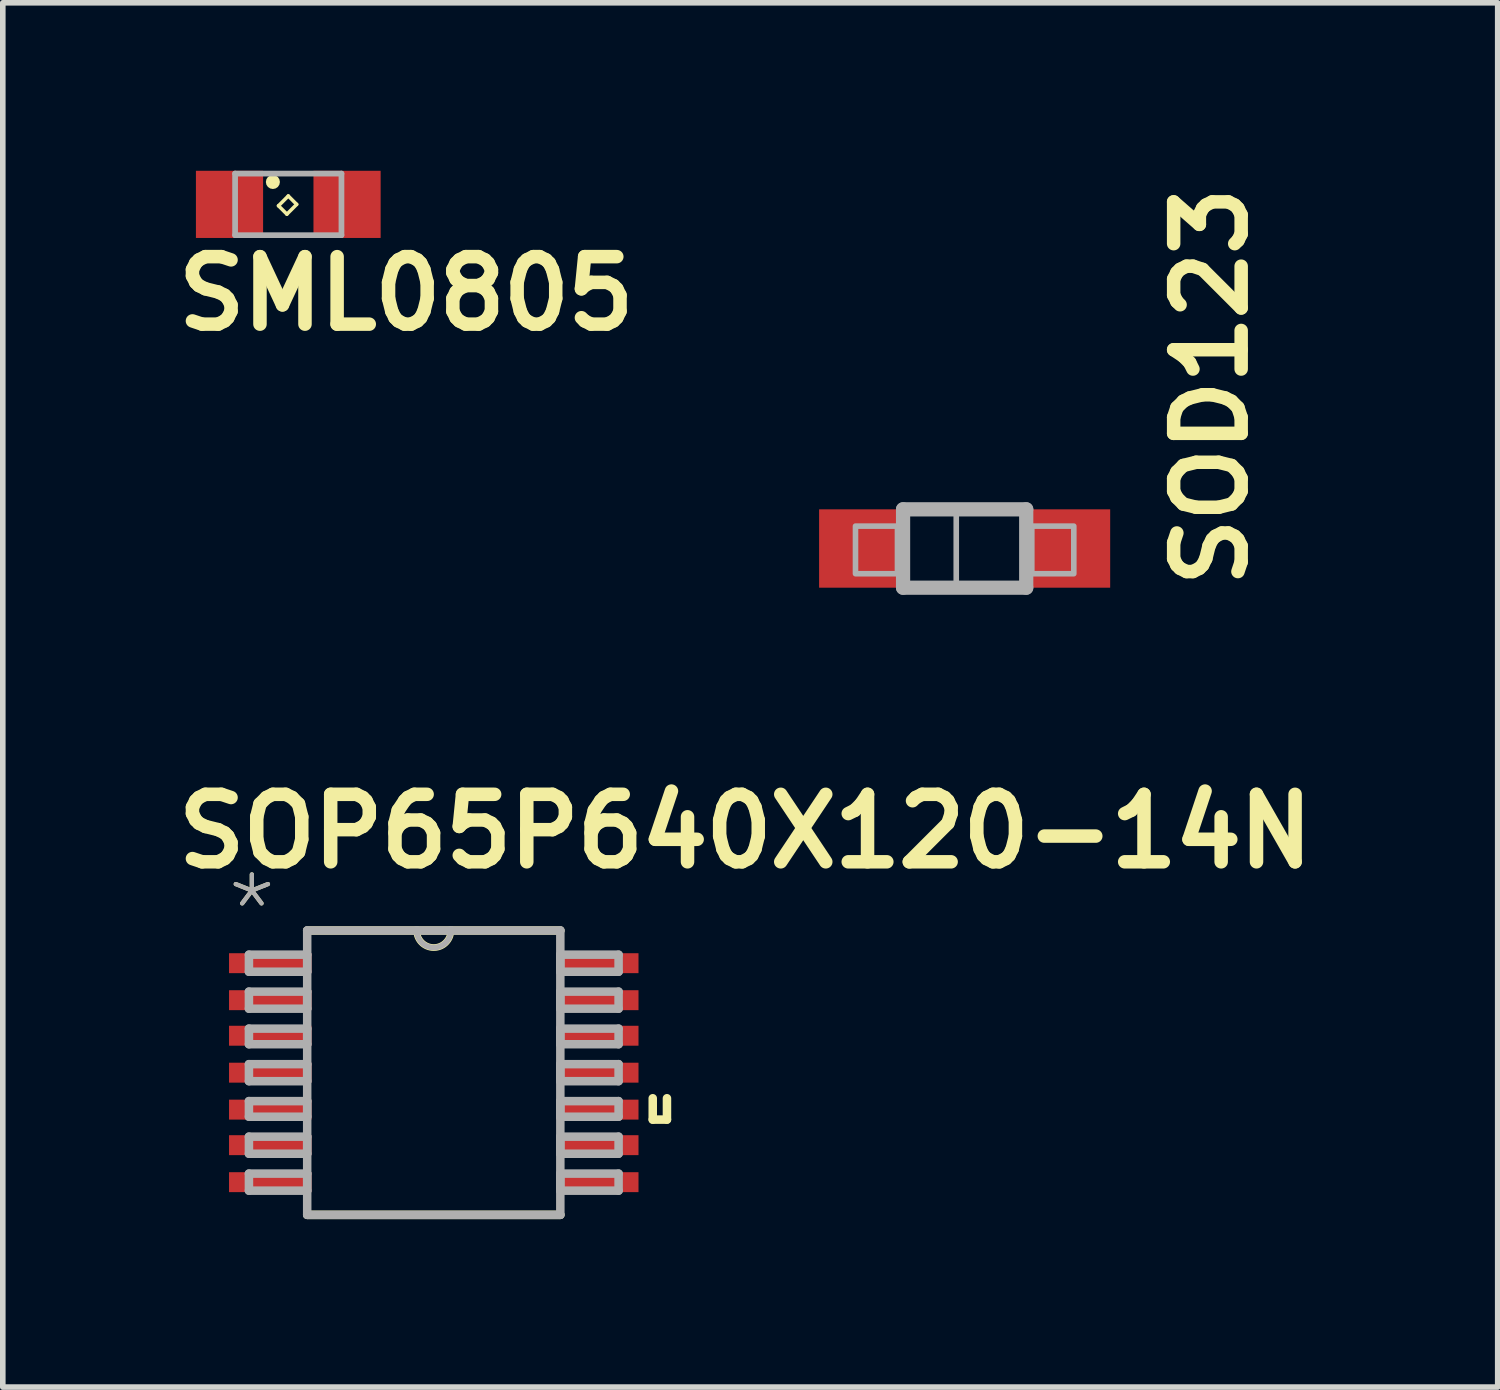
<source format=kicad_pcb>
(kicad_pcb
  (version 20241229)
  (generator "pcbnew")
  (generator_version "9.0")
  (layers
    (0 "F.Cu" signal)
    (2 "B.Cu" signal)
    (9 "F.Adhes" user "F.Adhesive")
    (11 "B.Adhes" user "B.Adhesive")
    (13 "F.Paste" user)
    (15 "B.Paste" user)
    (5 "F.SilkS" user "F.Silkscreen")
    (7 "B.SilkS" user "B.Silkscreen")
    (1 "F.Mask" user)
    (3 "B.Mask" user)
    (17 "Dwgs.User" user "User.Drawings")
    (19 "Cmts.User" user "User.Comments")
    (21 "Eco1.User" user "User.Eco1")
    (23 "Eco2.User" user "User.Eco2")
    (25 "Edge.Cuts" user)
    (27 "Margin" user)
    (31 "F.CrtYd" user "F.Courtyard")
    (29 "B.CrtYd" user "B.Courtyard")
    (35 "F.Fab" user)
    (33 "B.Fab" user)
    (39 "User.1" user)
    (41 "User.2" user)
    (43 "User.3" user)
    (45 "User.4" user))
  (footprint "SML0805"
    (layer "F.Cu")
    (at 2.1 0.601)
    (property "Reference" "SML0805" (at -2.1 2.3 180) (layer "F.SilkS") (effects (font (size 1.206 1.206) (thickness 0.241)) (justify left bottom)))
    (attr through_hole)
    (fp_line (start -0.175 0.025) (end 0 -0.15) (stroke (width 0.063) (type solid)) (layer "F.SilkS"))
    (fp_line (start -0.025 0.175) (end -0.175 0.025) (stroke (width 0.063) (type solid)) (layer "F.SilkS"))
    (fp_line (start 0 -0.15) (end 0.15 0) (stroke (width 0.063) (type solid)) (layer "F.SilkS"))
    (fp_line (start 0.15 0) (end -0.025 0.175) (stroke (width 0.063) (type solid)) (layer "F.SilkS"))
    (fp_circle (center -0.275 -0.4) (end -0.212 -0.4) (stroke (width 0.125) (type solid)) (fill no) (layer "F.SilkS"))
    (fp_line (start -0.95 -0.55) (end -0.95 0.55) (stroke (width 0.102) (type solid)) (layer "F.Fab"))
    (fp_line (start -0.95 0.55) (end 0.95 0.55) (stroke (width 0.102) (type solid)) (layer "F.Fab"))
    (fp_line (start 0.95 -0.55) (end -0.95 -0.55) (stroke (width 0.102) (type solid)) (layer "F.Fab"))
    (fp_line (start 0.95 0.55) (end 0.95 -0.55) (stroke (width 0.102) (type solid)) (layer "F.Fab"))
    (pad "A" smd rect (at 1.05 0) (size 1.2 1.2) (layers "F.Cu" "F.Mask" "F.Paste"))
    (pad "C" smd rect (at -1.05 0) (size 1.2 1.2) (layers "F.Cu" "F.Mask" "F.Paste")))
  (footprint "SOD123"
    (layer "F.Cu")
    (at 14.183 6.749)
    (property "Reference" "SOD123" (at 5.1 0.8 90) (layer "F.SilkS") (effects (font (size 1.206 1.206) (thickness 0.241)) (justify left bottom)))
    (attr through_hole)
    (fp_line (start -1.1 -0.7) (end 1.1 -0.7) (stroke (width 0.254) (type solid)) (layer "F.Fab"))
    (fp_line (start -1.1 0.7) (end -1.1 -0.7) (stroke (width 0.254) (type solid)) (layer "F.Fab"))
    (fp_line (start 1.1 -0.7) (end 1.1 0.7) (stroke (width 0.254) (type solid)) (layer "F.Fab"))
    (fp_line (start 1.1 0.7) (end -1.1 0.7) (stroke (width 0.254) (type solid)) (layer "F.Fab"))
    (fp_poly (pts (xy -1.95 0.45) (xy -1.2 0.45) (xy -1.2 -0.4) (xy -1.95 -0.4)) (stroke (width 0.1) (type solid)) (fill no) (layer "F.Fab"))
    (fp_poly (pts (xy -1.05 0.65) (xy -0.15 0.65) (xy -0.15 -0.7) (xy -1.05 -0.7)) (stroke (width 0.1) (type solid)) (fill no) (layer "F.Fab"))
    (fp_poly (pts (xy 1.2 0.45) (xy 1.95 0.45) (xy 1.95 -0.4) (xy 1.2 -0.4)) (stroke (width 0.1) (type solid)) (fill no) (layer "F.Fab"))
    (pad "A" smd rect (at 1.9 0) (size 1.4 1.4) (layers "F.Cu" "F.Mask" "F.Paste"))
    (pad "C" smd rect (at -1.9 0) (size 1.4 1.4) (layers "F.Cu" "F.Mask" "F.Paste")))
  (footprint "SOP65P640X120-14N"
    (layer "F.Cu")
    (at 4.699 16.113)
    (property "Reference" "SOP65P640X120-14N" (at -4.699 -3.607 0) (layer "F.SilkS") (effects (font (size 1.206 1.206) (thickness 0.241)) (justify left bottom)))
    (attr through_hole)
    (fp_line (start -2.261 2.54) (end 2.261 2.54) (stroke (width 0.152) (type solid)) (layer "F.SilkS"))
    (fp_line (start -0.305 -2.54) (end -2.261 -2.54) (stroke (width 0.152) (type solid)) (layer "F.SilkS"))
    (fp_line (start 0.305 -2.54) (end -0.305 -2.54) (stroke (width 0.152) (type solid)) (layer "F.SilkS"))
    (fp_line (start 2.261 -2.54) (end 0.305 -2.54) (stroke (width 0.152) (type solid)) (layer "F.SilkS"))
    (fp_line (start 3.912 0.838) (end 3.912 0.457) (stroke (width 0.152) (type solid)) (layer "F.SilkS"))
    (fp_line (start 4.166 0.457) (end 4.166 0.838) (stroke (width 0.152) (type solid)) (layer "F.SilkS"))
    (fp_line (start 4.166 0.838) (end 3.912 0.838) (stroke (width 0.152) (type solid)) (layer "F.SilkS"))
    (fp_arc (start 0.3048 -2.54) (mid 0 -2.2352) (end -0.3048 -2.54) (stroke (width 0.12) (type solid)) (layer "F.SilkS"))
    (fp_line (start -3.302 -2.108) (end -3.302 -1.803) (stroke (width 0.152) (type solid)) (layer "F.Fab"))
    (fp_line (start -3.302 -1.803) (end -2.261 -1.803) (stroke (width 0.152) (type solid)) (layer "F.Fab"))
    (fp_line (start -3.302 -1.448) (end -3.302 -1.143) (stroke (width 0.152) (type solid)) (layer "F.Fab"))
    (fp_line (start -3.302 -1.143) (end -2.261 -1.143) (stroke (width 0.152) (type solid)) (layer "F.Fab"))
    (fp_line (start -3.302 -0.787) (end -3.302 -0.508) (stroke (width 0.152) (type solid)) (layer "F.Fab"))
    (fp_line (start -3.302 -0.508) (end -2.261 -0.508) (stroke (width 0.152) (type solid)) (layer "F.Fab"))
    (fp_line (start -3.302 -0.152) (end -3.302 0.152) (stroke (width 0.152) (type solid)) (layer "F.Fab"))
    (fp_line (start -3.302 0.152) (end -2.261 0.152) (stroke (width 0.152) (type solid)) (layer "F.Fab"))
    (fp_line (start -3.302 0.508) (end -3.302 0.787) (stroke (width 0.152) (type solid)) (layer "F.Fab"))
    (fp_line (start -3.302 0.787) (end -2.261 0.787) (stroke (width 0.152) (type solid)) (layer "F.Fab"))
    (fp_line (start -3.302 1.143) (end -3.302 1.448) (stroke (width 0.152) (type solid)) (layer "F.Fab"))
    (fp_line (start -3.302 1.448) (end -2.261 1.448) (stroke (width 0.152) (type solid)) (layer "F.Fab"))
    (fp_line (start -3.302 1.803) (end -3.302 2.108) (stroke (width 0.152) (type solid)) (layer "F.Fab"))
    (fp_line (start -3.302 2.108) (end -2.261 2.108) (stroke (width 0.152) (type solid)) (layer "F.Fab"))
    (fp_line (start -2.261 -2.54) (end -2.261 2.54) (stroke (width 0.152) (type solid)) (layer "F.Fab"))
    (fp_line (start -2.261 -2.108) (end -3.302 -2.108) (stroke (width 0.152) (type solid)) (layer "F.Fab"))
    (fp_line (start -2.261 -1.803) (end -2.261 -2.108) (stroke (width 0.152) (type solid)) (layer "F.Fab"))
    (fp_line (start -2.261 -1.448) (end -3.302 -1.448) (stroke (width 0.152) (type solid)) (layer "F.Fab"))
    (fp_line (start -2.261 -1.143) (end -2.261 -1.448) (stroke (width 0.152) (type solid)) (layer "F.Fab"))
    (fp_line (start -2.261 -0.787) (end -3.302 -0.787) (stroke (width 0.152) (type solid)) (layer "F.Fab"))
    (fp_line (start -2.261 -0.508) (end -2.261 -0.787) (stroke (width 0.152) (type solid)) (layer "F.Fab"))
    (fp_line (start -2.261 -0.152) (end -3.302 -0.152) (stroke (width 0.152) (type solid)) (layer "F.Fab"))
    (fp_line (start -2.261 0.152) (end -2.261 -0.152) (stroke (width 0.152) (type solid)) (layer "F.Fab"))
    (fp_line (start -2.261 0.508) (end -3.302 0.508) (stroke (width 0.152) (type solid)) (layer "F.Fab"))
    (fp_line (start -2.261 0.787) (end -2.261 0.508) (stroke (width 0.152) (type solid)) (layer "F.Fab"))
    (fp_line (start -2.261 1.143) (end -3.302 1.143) (stroke (width 0.152) (type solid)) (layer "F.Fab"))
    (fp_line (start -2.261 1.448) (end -2.261 1.143) (stroke (width 0.152) (type solid)) (layer "F.Fab"))
    (fp_line (start -2.261 1.803) (end -3.302 1.803) (stroke (width 0.152) (type solid)) (layer "F.Fab"))
    (fp_line (start -2.261 2.108) (end -2.261 1.803) (stroke (width 0.152) (type solid)) (layer "F.Fab"))
    (fp_line (start -2.261 2.54) (end 2.261 2.54) (stroke (width 0.152) (type solid)) (layer "F.Fab"))
    (fp_line (start -0.305 -2.54) (end -2.261 -2.54) (stroke (width 0.152) (type solid)) (layer "F.Fab"))
    (fp_line (start 0.305 -2.54) (end -0.305 -2.54) (stroke (width 0.152) (type solid)) (layer "F.Fab"))
    (fp_line (start 2.261 -2.54) (end 0.305 -2.54) (stroke (width 0.152) (type solid)) (layer "F.Fab"))
    (fp_line (start 2.261 -2.108) (end 2.261 -1.803) (stroke (width 0.152) (type solid)) (layer "F.Fab"))
    (fp_line (start 2.261 -1.803) (end 3.302 -1.803) (stroke (width 0.152) (type solid)) (layer "F.Fab"))
    (fp_line (start 2.261 -1.448) (end 2.261 -1.143) (stroke (width 0.152) (type solid)) (layer "F.Fab"))
    (fp_line (start 2.261 -1.143) (end 3.302 -1.143) (stroke (width 0.152) (type solid)) (layer "F.Fab"))
    (fp_line (start 2.261 -0.787) (end 2.261 -0.508) (stroke (width 0.152) (type solid)) (layer "F.Fab"))
    (fp_line (start 2.261 -0.508) (end 3.302 -0.508) (stroke (width 0.152) (type solid)) (layer "F.Fab"))
    (fp_line (start 2.261 -0.152) (end 2.261 0.152) (stroke (width 0.152) (type solid)) (layer "F.Fab"))
    (fp_line (start 2.261 0.152) (end 3.302 0.152) (stroke (width 0.152) (type solid)) (layer "F.Fab"))
    (fp_line (start 2.261 0.508) (end 2.261 0.787) (stroke (width 0.152) (type solid)) (layer "F.Fab"))
    (fp_line (start 2.261 0.787) (end 3.302 0.787) (stroke (width 0.152) (type solid)) (layer "F.Fab"))
    (fp_line (start 2.261 1.143) (end 2.261 1.448) (stroke (width 0.152) (type solid)) (layer "F.Fab"))
    (fp_line (start 2.261 1.448) (end 3.302 1.448) (stroke (width 0.152) (type solid)) (layer "F.Fab"))
    (fp_line (start 2.261 1.803) (end 2.261 2.108) (stroke (width 0.152) (type solid)) (layer "F.Fab"))
    (fp_line (start 2.261 2.108) (end 3.302 2.108) (stroke (width 0.152) (type solid)) (layer "F.Fab"))
    (fp_line (start 2.261 2.54) (end 2.261 -2.54) (stroke (width 0.152) (type solid)) (layer "F.Fab"))
    (fp_line (start 3.302 -2.108) (end 2.261 -2.108) (stroke (width 0.152) (type solid)) (layer "F.Fab"))
    (fp_line (start 3.302 -1.803) (end 3.302 -2.108) (stroke (width 0.152) (type solid)) (layer "F.Fab"))
    (fp_line (start 3.302 -1.448) (end 2.261 -1.448) (stroke (width 0.152) (type solid)) (layer "F.Fab"))
    (fp_line (start 3.302 -1.143) (end 3.302 -1.448) (stroke (width 0.152) (type solid)) (layer "F.Fab"))
    (fp_line (start 3.302 -0.787) (end 2.261 -0.787) (stroke (width 0.152) (type solid)) (layer "F.Fab"))
    (fp_line (start 3.302 -0.508) (end 3.302 -0.787) (stroke (width 0.152) (type solid)) (layer "F.Fab"))
    (fp_line (start 3.302 -0.152) (end 2.261 -0.152) (stroke (width 0.152) (type solid)) (layer "F.Fab"))
    (fp_line (start 3.302 0.152) (end 3.302 -0.152) (stroke (width 0.152) (type solid)) (layer "F.Fab"))
    (fp_line (start 3.302 0.508) (end 2.261 0.508) (stroke (width 0.152) (type solid)) (layer "F.Fab"))
    (fp_line (start 3.302 0.787) (end 3.302 0.508) (stroke (width 0.152) (type solid)) (layer "F.Fab"))
    (fp_line (start 3.302 1.143) (end 2.261 1.143) (stroke (width 0.152) (type solid)) (layer "F.Fab"))
    (fp_line (start 3.302 1.448) (end 3.302 1.143) (stroke (width 0.152) (type solid)) (layer "F.Fab"))
    (fp_line (start 3.302 1.803) (end 2.261 1.803) (stroke (width 0.152) (type solid)) (layer "F.Fab"))
    (fp_line (start 3.302 2.108) (end 3.302 1.803) (stroke (width 0.152) (type solid)) (layer "F.Fab"))
    (fp_arc (start 0.3048 -2.54) (mid 0 -2.2352) (end -0.3048 -2.54) (stroke (width 0.1) (type solid)) (layer "F.Fab"))
    (fp_text user "*" (at -3.759 -2.184 0) (layer "F.SilkS") (effects (font (size 1.206 1.206) (thickness 0.076)) (justify left bottom)))
    (fp_text user "*" (at -3.759 -2.184 0) (layer "F.Fab") (effects (font (size 1.206 1.206) (thickness 0.076)) (justify left bottom)))
    (pad "1" smd rect (at -2.921 -1.956) (size 1.473 0.356) (layers "F.Cu" "F.Mask" "F.Paste"))
    (pad "2" smd rect (at -2.921 -1.295) (size 1.473 0.356) (layers "F.Cu" "F.Mask" "F.Paste"))
    (pad "3" smd rect (at -2.921 -0.66) (size 1.473 0.356) (layers "F.Cu" "F.Mask" "F.Paste"))
    (pad "4" smd rect (at -2.921 0) (size 1.473 0.356) (layers "F.Cu" "F.Mask" "F.Paste"))
    (pad "5" smd rect (at -2.921 0.66) (size 1.473 0.356) (layers "F.Cu" "F.Mask" "F.Paste"))
    (pad "6" smd rect (at -2.921 1.295) (size 1.473 0.356) (layers "F.Cu" "F.Mask" "F.Paste"))
    (pad "7" smd rect (at -2.921 1.956) (size 1.473 0.356) (layers "F.Cu" "F.Mask" "F.Paste"))
    (pad "8" smd rect (at 2.921 1.956) (size 1.473 0.356) (layers "F.Cu" "F.Mask" "F.Paste"))
    (pad "9" smd rect (at 2.921 1.295) (size 1.473 0.356) (layers "F.Cu" "F.Mask" "F.Paste"))
    (pad "10" smd rect (at 2.921 0.66) (size 1.473 0.356) (layers "F.Cu" "F.Mask" "F.Paste"))
    (pad "11" smd rect (at 2.921 0) (size 1.473 0.356) (layers "F.Cu" "F.Mask" "F.Paste"))
    (pad "12" smd rect (at 2.921 -0.66) (size 1.473 0.356) (layers "F.Cu" "F.Mask" "F.Paste"))
    (pad "13" smd rect (at 2.921 -1.295) (size 1.473 0.356) (layers "F.Cu" "F.Mask" "F.Paste"))
    (pad "14" smd rect (at 2.921 -1.956) (size 1.473 0.356) (layers "F.Cu" "F.Mask" "F.Paste")))
  (gr_rect
    (start -3 -3)
    (end 23.706 21.73)
    (stroke (width 0.1) (type default))
    (fill no)
    (layer "Edge.Cuts")))
</source>
